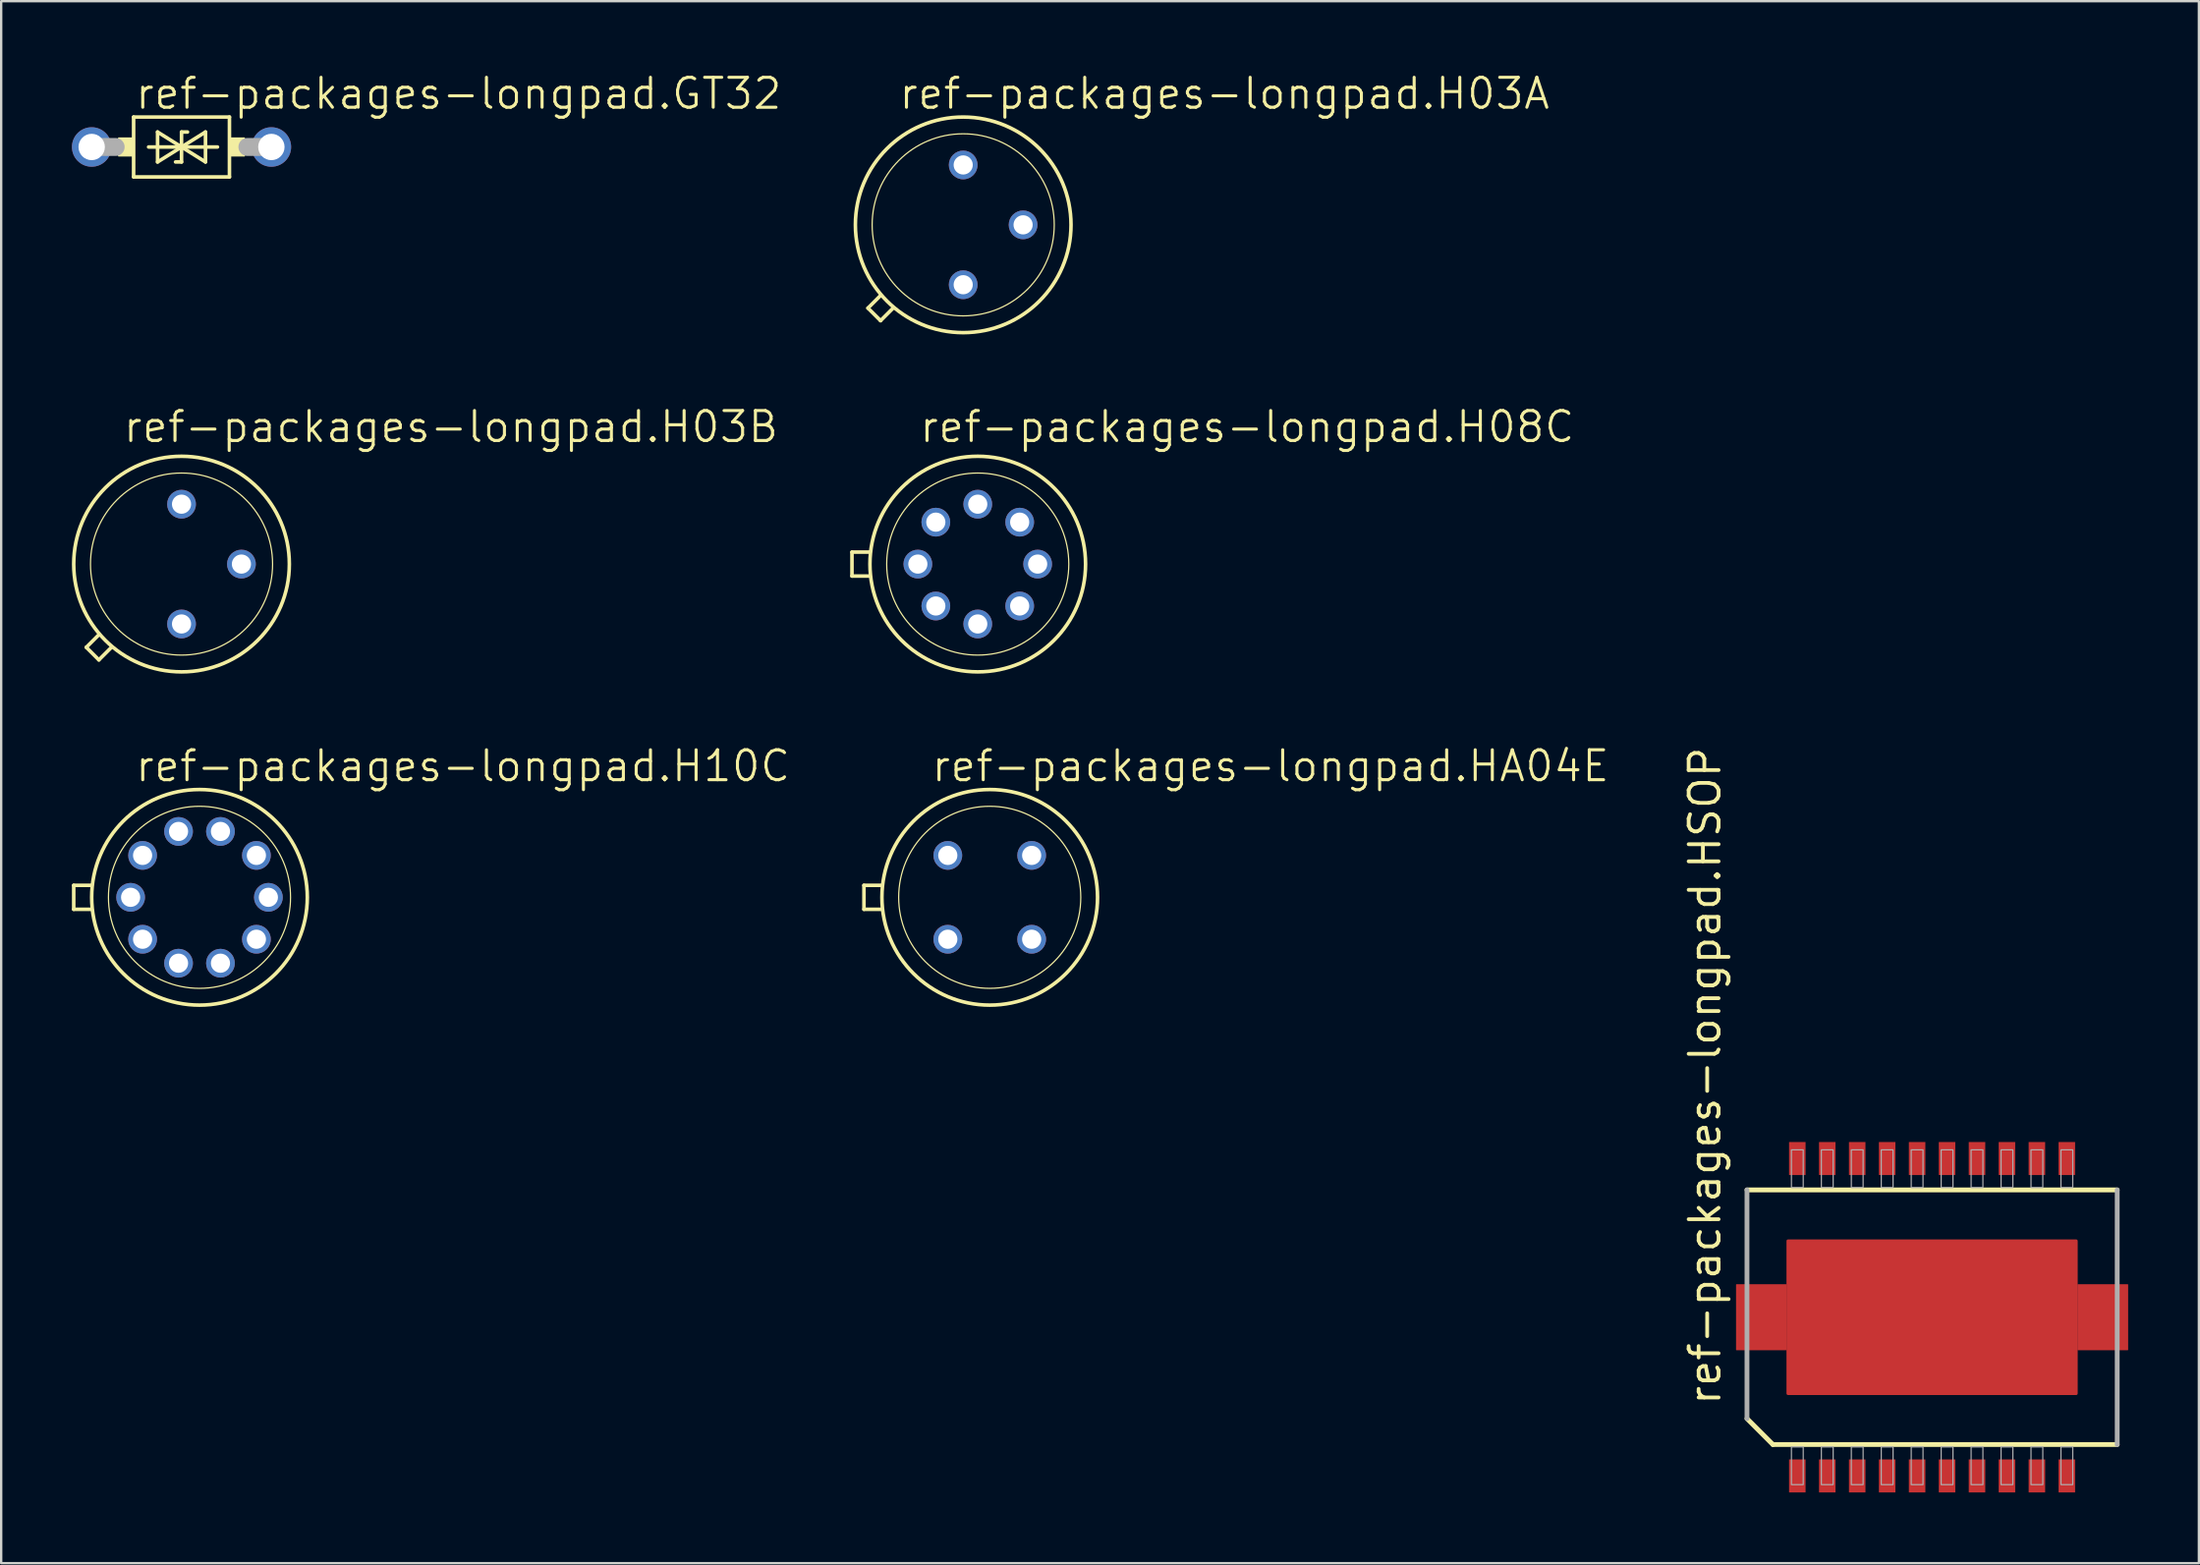
<source format=kicad_pcb>
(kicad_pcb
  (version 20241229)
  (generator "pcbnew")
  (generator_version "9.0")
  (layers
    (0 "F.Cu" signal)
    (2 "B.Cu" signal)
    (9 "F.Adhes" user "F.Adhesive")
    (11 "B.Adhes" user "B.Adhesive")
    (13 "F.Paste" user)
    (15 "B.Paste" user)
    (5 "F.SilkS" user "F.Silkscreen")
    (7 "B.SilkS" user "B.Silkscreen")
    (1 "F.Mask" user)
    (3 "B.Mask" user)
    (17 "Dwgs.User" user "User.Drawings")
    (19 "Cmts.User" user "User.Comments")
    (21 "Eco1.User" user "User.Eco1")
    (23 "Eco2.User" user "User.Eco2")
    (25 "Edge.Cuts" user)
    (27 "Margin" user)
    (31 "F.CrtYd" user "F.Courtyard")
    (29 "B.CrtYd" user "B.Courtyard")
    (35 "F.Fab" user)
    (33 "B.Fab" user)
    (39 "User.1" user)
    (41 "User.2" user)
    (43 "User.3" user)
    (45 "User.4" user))
  (footprint "ref-packages-longpad.H03B"
    (layer "F.Cu")
    (at 4.648 20.874)
    (property "Reference" "ref-packages-longpad.H03B" (at -2.54 -5.08 0) (layer "F.SilkS") (effects (font (size 1.27 1.27) (thickness 0.13)) (justify left bottom)))
    (attr through_hole)
    (fp_line (start -4.039 3.531) (end -3.505 2.997) (stroke (width 0.152) (type default)) (layer "F.SilkS"))
    (fp_line (start -3.505 4.064) (end -4.039 3.531) (stroke (width 0.152) (type default)) (layer "F.SilkS"))
    (fp_line (start -2.972 3.531) (end -3.505 4.064) (stroke (width 0.152) (type default)) (layer "F.SilkS"))
    (fp_circle (center 0 0) (end 3.861 0) (stroke (width 0.051) (type default)) (fill no) (layer "F.SilkS"))
    (fp_circle (center 0 0) (end 4.572 0) (stroke (width 0.152) (type default)) (fill no) (layer "F.SilkS"))
    (pad "1" thru_hole circle (at 0 2.54) (size 1.219 1.219) (drill 0.813) (layers "*.Cu" "*.Mask"))
    (pad "2" thru_hole circle (at 2.54 0) (size 1.219 1.219) (drill 0.813) (layers "*.Cu" "*.Mask"))
    (pad "3" thru_hole circle (at 0 -2.54) (size 1.219 1.219) (drill 0.813) (layers "*.Cu" "*.Mask")))
  (footprint "ref-packages-longpad.GT32"
    (layer "F.Cu")
    (at 4.648 3.184)
    (property "Reference" "ref-packages-longpad.GT32" (at -2.032 -1.524 0) (layer "F.SilkS") (effects (font (size 1.27 1.27) (thickness 0.13)) (justify left bottom)))
    (attr through_hole)
    (fp_line (start -2.032 -1.27) (end -2.032 1.27) (stroke (width 0.152) (type default)) (layer "F.SilkS"))
    (fp_line (start -2.032 -1.27) (end 2.032 -1.27) (stroke (width 0.152) (type default)) (layer "F.SilkS"))
    (fp_line (start -1.016 -0.635) (end 0 0) (stroke (width 0.152) (type default)) (layer "F.SilkS"))
    (fp_line (start -1.016 0.635) (end -1.016 -0.635) (stroke (width 0.152) (type default)) (layer "F.SilkS"))
    (fp_line (start -0.254 0.635) (end 0 0.635) (stroke (width 0.152) (type default)) (layer "F.SilkS"))
    (fp_line (start 0 -0.635) (end 0 0) (stroke (width 0.152) (type default)) (layer "F.SilkS"))
    (fp_line (start 0 0) (end -1.397 0) (stroke (width 0.152) (type default)) (layer "F.SilkS"))
    (fp_line (start 0 0) (end -1.016 0.635) (stroke (width 0.152) (type default)) (layer "F.SilkS"))
    (fp_line (start 0 0) (end 1.016 -0.635) (stroke (width 0.152) (type default)) (layer "F.SilkS"))
    (fp_line (start 0 0) (end 1.524 0) (stroke (width 0.152) (type default)) (layer "F.SilkS"))
    (fp_line (start 0 0.635) (end 0 0) (stroke (width 0.152) (type default)) (layer "F.SilkS"))
    (fp_line (start 0.254 -0.635) (end 0 -0.635) (stroke (width 0.152) (type default)) (layer "F.SilkS"))
    (fp_line (start 1.016 -0.635) (end 1.016 0.635) (stroke (width 0.152) (type default)) (layer "F.SilkS"))
    (fp_line (start 1.016 0.635) (end 0 0) (stroke (width 0.152) (type default)) (layer "F.SilkS"))
    (fp_line (start 2.032 1.27) (end -2.032 1.27) (stroke (width 0.152) (type default)) (layer "F.SilkS"))
    (fp_line (start 2.032 1.27) (end 2.032 -1.27) (stroke (width 0.152) (type default)) (layer "F.SilkS"))
    (fp_rect (start -2.667 0.381) (end -2.032 -0.381) (stroke (width 0.05) (type default)) (fill yes) (layer "F.SilkS"))
    (fp_rect (start 2.032 0.381) (end 2.667 -0.381) (stroke (width 0.05) (type default)) (fill yes) (layer "F.SilkS"))
    (fp_line (start -3.81 0) (end -2.794 0) (stroke (width 0.762) (type default)) (layer "F.Fab"))
    (fp_line (start 3.81 0) (end 2.794 0) (stroke (width 0.762) (type default)) (layer "F.Fab"))
    (pad "1" thru_hole circle (at -3.81 0) (size 1.676 1.676) (drill 1.118) (layers "*.Cu" "*.Mask"))
    (pad "2" thru_hole circle (at 3.81 0) (size 1.676 1.676) (drill 1.118) (layers "*.Cu" "*.Mask")))
  (footprint "ref-packages-longpad.HA04E"
    (layer "F.Cu")
    (at 38.921 35.008)
    (property "Reference" "ref-packages-longpad.HA04E" (at -2.54 -4.826 0) (layer "F.SilkS") (effects (font (size 1.27 1.27) (thickness 0.13)) (justify left bottom)))
    (attr through_hole)
    (fp_line (start -5.334 0.508) (end -5.334 -0.508) (stroke (width 0.152) (type default)) (layer "F.SilkS"))
    (fp_line (start -5.334 0.508) (end -4.572 0.508) (stroke (width 0.152) (type default)) (layer "F.SilkS"))
    (fp_line (start -4.572 -0.508) (end -5.334 -0.508) (stroke (width 0.152) (type default)) (layer "F.SilkS"))
    (fp_circle (center 0 0) (end 3.861 0) (stroke (width 0.051) (type default)) (fill no) (layer "F.SilkS"))
    (fp_circle (center 0 0) (end 4.572 0) (stroke (width 0.152) (type default)) (fill no) (layer "F.SilkS"))
    (pad "1" thru_hole circle (at -1.778 1.778) (size 1.219 1.219) (drill 0.813) (layers "*.Cu" "*.Mask"))
    (pad "2" thru_hole circle (at 1.778 1.778) (size 1.219 1.219) (drill 0.813) (layers "*.Cu" "*.Mask"))
    (pad "3" thru_hole circle (at 1.778 -1.778) (size 1.219 1.219) (drill 0.813) (layers "*.Cu" "*.Mask"))
    (pad "4" thru_hole circle (at -1.778 -1.778) (size 1.219 1.219) (drill 0.813) (layers "*.Cu" "*.Mask")))
  (footprint "ref-packages-longpad.H03A"
    (layer "F.Cu")
    (at 37.796 6.486)
    (property "Reference" "ref-packages-longpad.H03A" (at -2.794 -4.826 0) (layer "F.SilkS") (effects (font (size 1.27 1.27) (thickness 0.13)) (justify left bottom)))
    (attr through_hole)
    (fp_line (start -4.039 3.531) (end -3.505 2.997) (stroke (width 0.152) (type default)) (layer "F.SilkS"))
    (fp_line (start -3.505 4.064) (end -4.039 3.531) (stroke (width 0.152) (type default)) (layer "F.SilkS"))
    (fp_line (start -2.972 3.531) (end -3.505 4.064) (stroke (width 0.152) (type default)) (layer "F.SilkS"))
    (fp_circle (center 0 0) (end 3.861 0) (stroke (width 0.051) (type default)) (fill no) (layer "F.SilkS"))
    (fp_circle (center 0 0) (end 4.572 0) (stroke (width 0.152) (type default)) (fill no) (layer "F.SilkS"))
    (pad "1" thru_hole circle (at 0 2.54) (size 1.219 1.219) (drill 0.813) (layers "*.Cu" "*.Mask"))
    (pad "2" thru_hole circle (at 2.54 0) (size 1.219 1.219) (drill 0.813) (layers "*.Cu" "*.Mask"))
    (pad "3" thru_hole circle (at 0 -2.54) (size 1.219 1.219) (drill 0.813) (layers "*.Cu" "*.Mask")))
  (footprint "ref-packages-longpad.H10C"
    (layer "F.Cu")
    (at 5.41 35.008)
    (property "Reference" "ref-packages-longpad.H10C" (at -2.794 -4.826 0) (layer "F.SilkS") (effects (font (size 1.27 1.27) (thickness 0.13)) (justify left bottom)))
    (attr through_hole)
    (fp_line (start -5.334 0.508) (end -5.334 -0.508) (stroke (width 0.152) (type default)) (layer "F.SilkS"))
    (fp_line (start -5.334 0.508) (end -4.572 0.508) (stroke (width 0.152) (type default)) (layer "F.SilkS"))
    (fp_line (start -4.572 -0.508) (end -5.334 -0.508) (stroke (width 0.152) (type default)) (layer "F.SilkS"))
    (fp_circle (center 0 0) (end 3.861 0) (stroke (width 0.051) (type default)) (fill no) (layer "F.SilkS"))
    (fp_circle (center 0 0) (end 4.572 0) (stroke (width 0.152) (type default)) (fill no) (layer "F.SilkS"))
    (pad "1" thru_hole circle (at -2.413 1.778) (size 1.219 1.219) (drill 0.813) (layers "*.Cu" "*.Mask"))
    (pad "2" thru_hole circle (at -0.889 2.794) (size 1.219 1.219) (drill 0.813) (layers "*.Cu" "*.Mask"))
    (pad "3" thru_hole circle (at 0.889 2.794) (size 1.219 1.219) (drill 0.813) (layers "*.Cu" "*.Mask"))
    (pad "4" thru_hole circle (at 2.413 1.778) (size 1.219 1.219) (drill 0.813) (layers "*.Cu" "*.Mask"))
    (pad "5" thru_hole circle (at 2.921 0) (size 1.219 1.219) (drill 0.813) (layers "*.Cu" "*.Mask"))
    (pad "6" thru_hole circle (at 2.413 -1.778) (size 1.219 1.219) (drill 0.813) (layers "*.Cu" "*.Mask"))
    (pad "7" thru_hole circle (at 0.889 -2.794) (size 1.219 1.219) (drill 0.813) (layers "*.Cu" "*.Mask"))
    (pad "8" thru_hole circle (at -0.889 -2.794) (size 1.219 1.219) (drill 0.813) (layers "*.Cu" "*.Mask"))
    (pad "9" thru_hole circle (at -2.413 -1.778) (size 1.219 1.219) (drill 0.813) (layers "*.Cu" "*.Mask"))
    (pad "10" thru_hole circle (at -2.921 0) (size 1.219 1.219) (drill 0.813) (layers "*.Cu" "*.Mask")))
  (footprint "ref-packages-longpad.HSOP"
    (layer "F.Cu")
    (at 78.883 52.818)
    (property "Reference" "ref-packages-longpad.HSOP" (at -8.89 3.81 90) (layer "F.SilkS") (effects (font (size 1.27 1.27) (thickness 0.16)) (justify left bottom)))
    (attr smd)
    (fp_line (start -7.85 -5.4) (end 7.85 -5.4) (stroke (width 0.203) (type default)) (layer "F.SilkS"))
    (fp_line (start -7.85 4.3) (end -6.75 5.4) (stroke (width 0.203) (type default)) (layer "F.SilkS"))
    (fp_line (start 7.85 5.4) (end -6.75 5.4) (stroke (width 0.203) (type default)) (layer "F.SilkS"))
    (fp_line (start -7.85 4.3) (end -7.85 -5.4) (stroke (width 0.203) (type default)) (layer "F.Fab"))
    (fp_line (start 7.85 -5.4) (end 7.85 5.4) (stroke (width 0.203) (type default)) (layer "F.Fab"))
    (fp_rect (start -5.965 -5.5) (end -5.465 -7.1) (stroke (width 0.05) (type default)) (fill no) (layer "F.Fab"))
    (fp_rect (start -5.965 7.1) (end -5.465 5.5) (stroke (width 0.05) (type default)) (fill no) (layer "F.Fab"))
    (fp_rect (start -4.695 -5.5) (end -4.195 -7.1) (stroke (width 0.05) (type default)) (fill no) (layer "F.Fab"))
    (fp_rect (start -4.695 7.1) (end -4.195 5.5) (stroke (width 0.05) (type default)) (fill no) (layer "F.Fab"))
    (fp_rect (start -3.425 -5.5) (end -2.925 -7.1) (stroke (width 0.05) (type default)) (fill no) (layer "F.Fab"))
    (fp_rect (start -3.425 7.1) (end -2.925 5.5) (stroke (width 0.05) (type default)) (fill no) (layer "F.Fab"))
    (fp_rect (start -2.155 -5.5) (end -1.655 -7.1) (stroke (width 0.05) (type default)) (fill no) (layer "F.Fab"))
    (fp_rect (start -2.155 7.1) (end -1.655 5.5) (stroke (width 0.05) (type default)) (fill no) (layer "F.Fab"))
    (fp_rect (start -0.885 -5.5) (end -0.385 -7.1) (stroke (width 0.05) (type default)) (fill no) (layer "F.Fab"))
    (fp_rect (start -0.885 7.1) (end -0.385 5.5) (stroke (width 0.05) (type default)) (fill no) (layer "F.Fab"))
    (fp_rect (start 0.385 -5.5) (end 0.885 -7.1) (stroke (width 0.05) (type default)) (fill no) (layer "F.Fab"))
    (fp_rect (start 0.385 7.1) (end 0.885 5.5) (stroke (width 0.05) (type default)) (fill no) (layer "F.Fab"))
    (fp_rect (start 1.655 -5.5) (end 2.155 -7.1) (stroke (width 0.05) (type default)) (fill no) (layer "F.Fab"))
    (fp_rect (start 1.655 7.1) (end 2.155 5.5) (stroke (width 0.05) (type default)) (fill no) (layer "F.Fab"))
    (fp_rect (start 2.925 -5.5) (end 3.425 -7.1) (stroke (width 0.05) (type default)) (fill no) (layer "F.Fab"))
    (fp_rect (start 2.925 7.1) (end 3.425 5.5) (stroke (width 0.05) (type default)) (fill no) (layer "F.Fab"))
    (fp_rect (start 4.195 -5.5) (end 4.695 -7.1) (stroke (width 0.05) (type default)) (fill no) (layer "F.Fab"))
    (fp_rect (start 4.195 7.1) (end 4.695 5.5) (stroke (width 0.05) (type default)) (fill no) (layer "F.Fab"))
    (fp_rect (start 5.465 -5.5) (end 5.965 -7.1) (stroke (width 0.05) (type default)) (fill no) (layer "F.Fab"))
    (fp_rect (start 5.465 7.1) (end 5.965 5.5) (stroke (width 0.05) (type default)) (fill no) (layer "F.Fab"))
    (pad "1" smd roundrect (at -5.715 6.731) (size 0.7 1.4) (layers "F.Cu" "F.Mask" "F.Paste") (roundrect_rratio 0.01))
    (pad "2" smd roundrect (at -4.445 6.731) (size 0.7 1.4) (layers "F.Cu" "F.Mask" "F.Paste") (roundrect_rratio 0.01))
    (pad "3" smd roundrect (at -3.175 6.731) (size 0.7 1.4) (layers "F.Cu" "F.Mask" "F.Paste") (roundrect_rratio 0.01))
    (pad "4" smd roundrect (at -1.905 6.731) (size 0.7 1.4) (layers "F.Cu" "F.Mask" "F.Paste") (roundrect_rratio 0.01))
    (pad "5" smd roundrect (at -0.635 6.731) (size 0.7 1.4) (layers "F.Cu" "F.Mask" "F.Paste") (roundrect_rratio 0.01))
    (pad "6" smd roundrect (at 0.635 6.731) (size 0.7 1.4) (layers "F.Cu" "F.Mask" "F.Paste") (roundrect_rratio 0.01))
    (pad "7" smd roundrect (at 1.905 6.731) (size 0.7 1.4) (layers "F.Cu" "F.Mask" "F.Paste") (roundrect_rratio 0.01))
    (pad "8" smd roundrect (at 3.175 6.731) (size 0.7 1.4) (layers "F.Cu" "F.Mask" "F.Paste") (roundrect_rratio 0.01))
    (pad "9" smd roundrect (at 4.445 6.731) (size 0.7 1.4) (layers "F.Cu" "F.Mask" "F.Paste") (roundrect_rratio 0.01))
    (pad "10" smd roundrect (at 5.715 6.731) (size 0.7 1.4) (layers "F.Cu" "F.Mask" "F.Paste") (roundrect_rratio 0.01))
    (pad "11" smd roundrect (at 5.715 -6.731 180) (size 0.7 1.4) (layers "F.Cu" "F.Mask" "F.Paste") (roundrect_rratio 0.01))
    (pad "12" smd roundrect (at 4.445 -6.731 180) (size 0.7 1.4) (layers "F.Cu" "F.Mask" "F.Paste") (roundrect_rratio 0.01))
    (pad "13" smd roundrect (at 3.175 -6.731 180) (size 0.7 1.4) (layers "F.Cu" "F.Mask" "F.Paste") (roundrect_rratio 0.01))
    (pad "14" smd roundrect (at 1.905 -6.731 180) (size 0.7 1.4) (layers "F.Cu" "F.Mask" "F.Paste") (roundrect_rratio 0.01))
    (pad "15" smd roundrect (at 0.635 -6.731 180) (size 0.7 1.4) (layers "F.Cu" "F.Mask" "F.Paste") (roundrect_rratio 0.01))
    (pad "16" smd roundrect (at -0.635 -6.731 180) (size 0.7 1.4) (layers "F.Cu" "F.Mask" "F.Paste") (roundrect_rratio 0.01))
    (pad "17" smd roundrect (at -1.905 -6.731 180) (size 0.7 1.4) (layers "F.Cu" "F.Mask" "F.Paste") (roundrect_rratio 0.01))
    (pad "18" smd roundrect (at -3.175 -6.731 180) (size 0.7 1.4) (layers "F.Cu" "F.Mask" "F.Paste") (roundrect_rratio 0.01))
    (pad "19" smd roundrect (at -4.445 -6.731 180) (size 0.7 1.4) (layers "F.Cu" "F.Mask" "F.Paste") (roundrect_rratio 0.01))
    (pad "20" smd roundrect (at -5.715 -6.731 180) (size 0.7 1.4) (layers "F.Cu" "F.Mask" "F.Paste") (roundrect_rratio 0.01))
    (pad "SL1" smd roundrect (at 0 0) (size 12.35 6.6) (layers "F.Cu" "F.Mask" "F.Paste") (roundrect_rratio 0.01))
    (pad "SL2" smd roundrect (at -7.239 0) (size 2.15 2.8) (layers "F.Cu" "F.Mask" "F.Paste") (roundrect_rratio 0.01))
    (pad "SL3" smd roundrect (at 7.239 0) (size 2.15 2.8) (layers "F.Cu" "F.Mask" "F.Paste") (roundrect_rratio 0.01)))
  (footprint "ref-packages-longpad.H08C"
    (layer "F.Cu")
    (at 38.413 20.874)
    (property "Reference" "ref-packages-longpad.H08C" (at -2.54 -5.08 0) (layer "F.SilkS") (effects (font (size 1.27 1.27) (thickness 0.13)) (justify left bottom)))
    (attr through_hole)
    (fp_line (start -5.334 0.508) (end -5.334 -0.508) (stroke (width 0.152) (type default)) (layer "F.SilkS"))
    (fp_line (start -5.334 0.508) (end -4.572 0.508) (stroke (width 0.152) (type default)) (layer "F.SilkS"))
    (fp_line (start -4.572 -0.508) (end -5.334 -0.508) (stroke (width 0.152) (type default)) (layer "F.SilkS"))
    (fp_circle (center 0 0) (end 3.861 0) (stroke (width 0.051) (type default)) (fill no) (layer "F.SilkS"))
    (fp_circle (center 0 0) (end 4.572 0) (stroke (width 0.152) (type default)) (fill no) (layer "F.SilkS"))
    (pad "1" thru_hole circle (at -1.778 1.778) (size 1.219 1.219) (drill 0.813) (layers "*.Cu" "*.Mask"))
    (pad "2" thru_hole circle (at 0 2.54) (size 1.219 1.219) (drill 0.813) (layers "*.Cu" "*.Mask"))
    (pad "3" thru_hole circle (at 1.778 1.778) (size 1.219 1.219) (drill 0.813) (layers "*.Cu" "*.Mask"))
    (pad "4" thru_hole circle (at 2.54 0) (size 1.219 1.219) (drill 0.813) (layers "*.Cu" "*.Mask"))
    (pad "5" thru_hole circle (at 1.778 -1.778) (size 1.219 1.219) (drill 0.813) (layers "*.Cu" "*.Mask"))
    (pad "6" thru_hole circle (at 0 -2.54) (size 1.219 1.219) (drill 0.813) (layers "*.Cu" "*.Mask"))
    (pad "7" thru_hole circle (at -1.778 -1.778) (size 1.219 1.219) (drill 0.813) (layers "*.Cu" "*.Mask"))
    (pad "8" thru_hole circle (at -2.54 0) (size 1.219 1.219) (drill 0.813) (layers "*.Cu" "*.Mask")))
  (gr_rect
    (start -3 -3)
    (end 90.197 63.249)
    (stroke (width 0.1) (type default))
    (fill no)
    (layer "Edge.Cuts")))
</source>
